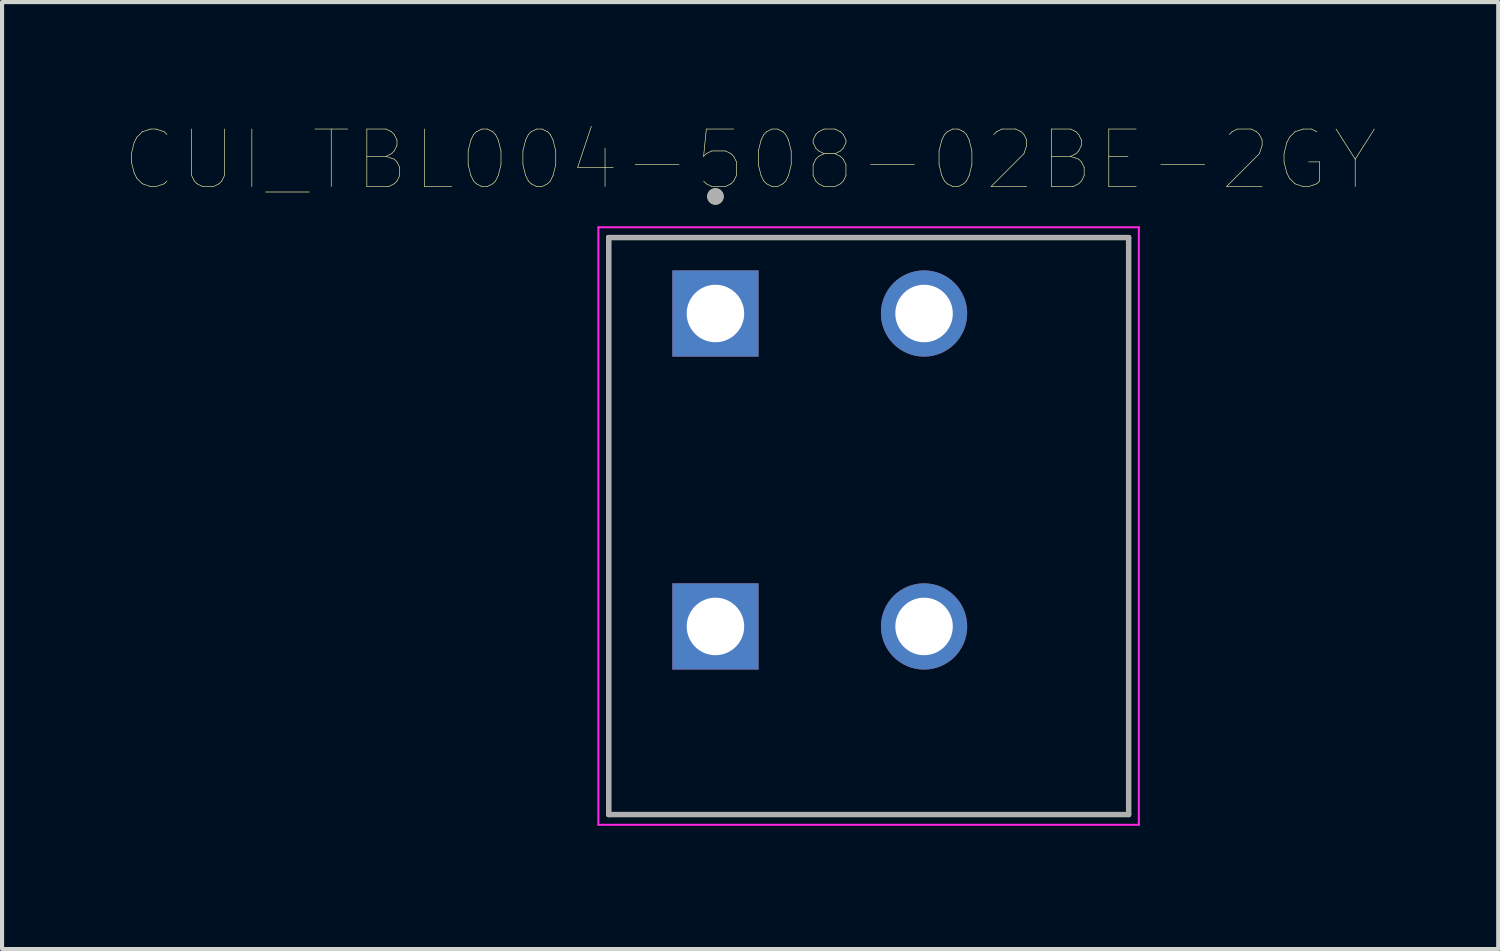
<source format=kicad_pcb>
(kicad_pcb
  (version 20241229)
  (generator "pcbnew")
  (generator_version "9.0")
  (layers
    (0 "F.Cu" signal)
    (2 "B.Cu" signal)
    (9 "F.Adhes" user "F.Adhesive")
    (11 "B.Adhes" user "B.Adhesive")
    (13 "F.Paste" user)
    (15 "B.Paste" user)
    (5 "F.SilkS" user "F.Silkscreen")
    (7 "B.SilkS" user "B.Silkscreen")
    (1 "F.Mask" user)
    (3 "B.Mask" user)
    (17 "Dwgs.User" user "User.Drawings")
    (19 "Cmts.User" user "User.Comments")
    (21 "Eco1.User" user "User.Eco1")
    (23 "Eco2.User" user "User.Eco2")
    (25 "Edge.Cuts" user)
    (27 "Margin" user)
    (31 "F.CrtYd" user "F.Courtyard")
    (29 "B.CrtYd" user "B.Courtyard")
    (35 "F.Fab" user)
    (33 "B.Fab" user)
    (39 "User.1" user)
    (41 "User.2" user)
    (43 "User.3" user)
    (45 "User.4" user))
  (footprint "CUI_TBL004-508-02BE-2GY"
    (layer "F.Cu")
    (at 14.371 4.584)
    (property "Reference" "CUI_TBL004-508-02BE-2GY" (at 0.845 -3.739 0) (layer "F.SilkS") (effects (font (size 1.4 1.4) (thickness 0.015))))
    (attr through_hole)
    (fp_line (start -2.6 -1.85) (end 10.06 -1.85) (stroke (width 0.127) (type solid)) (layer "F.SilkS"))
    (fp_line (start -2.6 12.2) (end -2.6 -1.85) (stroke (width 0.127) (type solid)) (layer "F.SilkS"))
    (fp_line (start 10.06 -1.85) (end 10.06 12.2) (stroke (width 0.127) (type solid)) (layer "F.SilkS"))
    (fp_line (start 10.06 12.2) (end -2.6 12.2) (stroke (width 0.127) (type solid)) (layer "F.SilkS"))
    (fp_circle (center 0 -2.85) (end 0.1 -2.85) (stroke (width 0.2) (type solid)) (fill no) (layer "F.SilkS"))
    (fp_line (start -2.85 -2.1) (end 10.31 -2.1) (stroke (width 0.05) (type solid)) (layer "F.CrtYd"))
    (fp_line (start -2.85 12.45) (end -2.85 -2.1) (stroke (width 0.05) (type solid)) (layer "F.CrtYd"))
    (fp_line (start 10.31 -2.1) (end 10.31 12.45) (stroke (width 0.05) (type solid)) (layer "F.CrtYd"))
    (fp_line (start 10.31 12.45) (end -2.85 12.45) (stroke (width 0.05) (type solid)) (layer "F.CrtYd"))
    (fp_line (start -2.6 -1.85) (end 10.06 -1.85) (stroke (width 0.127) (type solid)) (layer "F.Fab"))
    (fp_line (start -2.6 12.2) (end -2.6 -1.85) (stroke (width 0.127) (type solid)) (layer "F.Fab"))
    (fp_line (start 10.06 -1.85) (end 10.06 12.2) (stroke (width 0.127) (type solid)) (layer "F.Fab"))
    (fp_line (start 10.06 12.2) (end -2.6 12.2) (stroke (width 0.127) (type solid)) (layer "F.Fab"))
    (fp_circle (center 0 -2.85) (end 0.1 -2.85) (stroke (width 0.2) (type solid)) (fill no) (layer "F.Fab"))
    (pad "1" thru_hole rect (at 0 0) (size 2.1 2.1) (drill 1.4) (layers "*.Cu" "*.Mask"))
    (pad "1" thru_hole rect (at 0 7.62) (size 2.1 2.1) (drill 1.4) (layers "*.Cu" "*.Mask"))
    (pad "2" thru_hole circle (at 5.08 0) (size 2.1 2.1) (drill 1.4) (layers "*.Cu" "*.Mask"))
    (pad "2" thru_hole circle (at 5.08 7.62) (size 2.1 2.1) (drill 1.4) (layers "*.Cu" "*.Mask")))
  (gr_rect
    (start -3 -3)
    (end 33.432 20.059)
    (stroke (width 0.1) (type default))
    (fill no)
    (layer "Edge.Cuts")))
</source>
